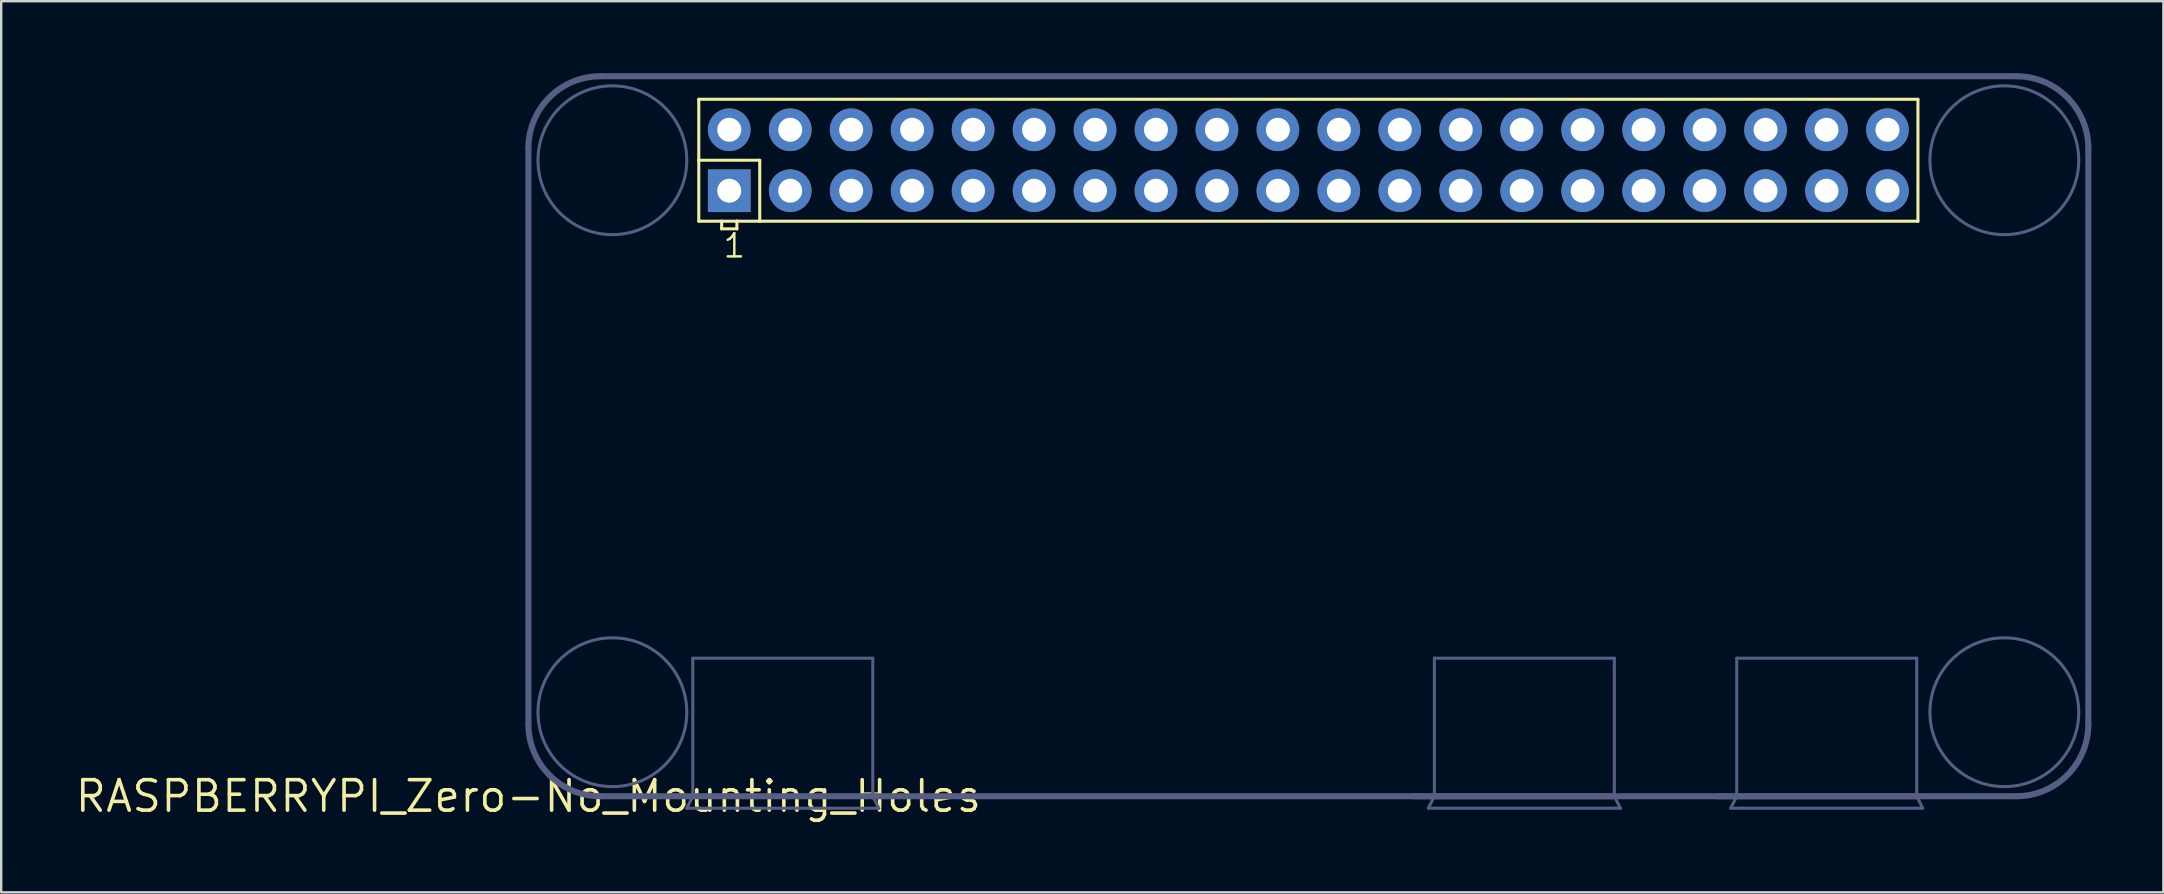
<source format=kicad_pcb>
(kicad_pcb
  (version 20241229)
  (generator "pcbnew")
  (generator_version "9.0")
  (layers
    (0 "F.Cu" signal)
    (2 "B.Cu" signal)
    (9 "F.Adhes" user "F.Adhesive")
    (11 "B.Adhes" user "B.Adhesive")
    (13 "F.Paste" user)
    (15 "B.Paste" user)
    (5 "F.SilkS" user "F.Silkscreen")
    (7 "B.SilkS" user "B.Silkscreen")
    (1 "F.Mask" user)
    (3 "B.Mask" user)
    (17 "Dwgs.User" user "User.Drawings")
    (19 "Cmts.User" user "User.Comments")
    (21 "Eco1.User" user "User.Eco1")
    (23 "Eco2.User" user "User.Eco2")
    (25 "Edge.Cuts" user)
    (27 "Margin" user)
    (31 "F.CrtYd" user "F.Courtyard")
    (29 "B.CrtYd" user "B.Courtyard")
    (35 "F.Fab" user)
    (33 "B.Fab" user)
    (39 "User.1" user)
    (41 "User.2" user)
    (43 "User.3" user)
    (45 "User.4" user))
  (footprint "RASPBERRYPI_Zero-No_Mounting_Holes"
    (layer "F.Cu")
    (at 18.967 30.127)
    (property "Reference" "RASPBERRYPI_Zero-No_Mounting_Holes" (at 0 0 0) (layer "F.SilkS") (effects (font (size 1.27 1.27) (thickness 0.15))))
    (attr through_hole)
    (fp_line (start 7.1 -29.04) (end 7.1 -26.5) (stroke (width 0.127) (type solid)) (layer "F.SilkS"))
    (fp_line (start 7.1 -26.5) (end 7.1 -23.96) (stroke (width 0.127) (type solid)) (layer "F.SilkS"))
    (fp_line (start 7.1 -26.5) (end 9.64 -26.5) (stroke (width 0.127) (type solid)) (layer "F.SilkS"))
    (fp_line (start 7.1 -23.96) (end 8.053 -23.96) (stroke (width 0.127) (type solid)) (layer "F.SilkS"))
    (fp_line (start 8.053 -23.96) (end 8.053 -23.642) (stroke (width 0.127) (type solid)) (layer "F.SilkS"))
    (fp_line (start 8.053 -23.96) (end 8.688 -23.96) (stroke (width 0.127) (type solid)) (layer "F.SilkS"))
    (fp_line (start 8.053 -23.642) (end 8.688 -23.642) (stroke (width 0.127) (type solid)) (layer "F.SilkS"))
    (fp_line (start 8.688 -23.96) (end 9.64 -23.96) (stroke (width 0.127) (type solid)) (layer "F.SilkS"))
    (fp_line (start 8.688 -23.642) (end 8.688 -23.96) (stroke (width 0.127) (type solid)) (layer "F.SilkS"))
    (fp_line (start 9.64 -26.5) (end 9.64 -23.96) (stroke (width 0.127) (type solid)) (layer "F.SilkS"))
    (fp_line (start 9.64 -23.96) (end 57.9 -23.96) (stroke (width 0.127) (type solid)) (layer "F.SilkS"))
    (fp_line (start 57.9 -29.04) (end 7.1 -29.04) (stroke (width 0.127) (type solid)) (layer "F.SilkS"))
    (fp_line (start 57.9 -23.96) (end 57.9 -29.04) (stroke (width 0.127) (type solid)) (layer "F.SilkS"))
    (fp_line (start 0 -27) (end 0 -3) (stroke (width 0.254) (type solid)) (layer "B.Fab"))
    (fp_line (start 3 0) (end 6.85 0) (stroke (width 0.254) (type solid)) (layer "B.Fab"))
    (fp_line (start 6.6 0.5) (end 14.6 0.5) (stroke (width 0.127) (type solid)) (layer "B.Fab"))
    (fp_line (start 6.85 -5.75) (end 14.35 -5.75) (stroke (width 0.127) (type solid)) (layer "B.Fab"))
    (fp_line (start 6.85 0) (end 6.6 0.5) (stroke (width 0.127) (type solid)) (layer "B.Fab"))
    (fp_line (start 6.85 0) (end 6.85 -5.75) (stroke (width 0.127) (type solid)) (layer "B.Fab"))
    (fp_line (start 6.85 0) (end 14.35 0) (stroke (width 0.254) (type solid)) (layer "B.Fab"))
    (fp_line (start 14.35 -5.75) (end 14.35 0) (stroke (width 0.127) (type solid)) (layer "B.Fab"))
    (fp_line (start 14.35 0) (end 62 0) (stroke (width 0.254) (type solid)) (layer "B.Fab"))
    (fp_line (start 14.6 0.5) (end 14.35 0) (stroke (width 0.127) (type solid)) (layer "B.Fab"))
    (fp_line (start 36.9 0) (end 37.75 0) (stroke (width 0.254) (type solid)) (layer "B.Fab"))
    (fp_line (start 37.5 0.5) (end 45.5 0.5) (stroke (width 0.127) (type solid)) (layer "B.Fab"))
    (fp_line (start 37.75 -5.75) (end 45.25 -5.75) (stroke (width 0.127) (type solid)) (layer "B.Fab"))
    (fp_line (start 37.75 0) (end 37.5 0.5) (stroke (width 0.127) (type solid)) (layer "B.Fab"))
    (fp_line (start 37.75 0) (end 37.75 -5.75) (stroke (width 0.127) (type solid)) (layer "B.Fab"))
    (fp_line (start 37.75 0) (end 45.25 0) (stroke (width 0.254) (type solid)) (layer "B.Fab"))
    (fp_line (start 45.25 -5.75) (end 45.25 0) (stroke (width 0.127) (type solid)) (layer "B.Fab"))
    (fp_line (start 45.5 0.5) (end 45.25 0) (stroke (width 0.127) (type solid)) (layer "B.Fab"))
    (fp_line (start 49.5 0) (end 50.35 0) (stroke (width 0.254) (type solid)) (layer "B.Fab"))
    (fp_line (start 50.1 0.5) (end 58.1 0.5) (stroke (width 0.127) (type solid)) (layer "B.Fab"))
    (fp_line (start 50.35 -5.75) (end 57.85 -5.75) (stroke (width 0.127) (type solid)) (layer "B.Fab"))
    (fp_line (start 50.35 0) (end 50.1 0.5) (stroke (width 0.127) (type solid)) (layer "B.Fab"))
    (fp_line (start 50.35 0) (end 50.35 -5.75) (stroke (width 0.127) (type solid)) (layer "B.Fab"))
    (fp_line (start 50.35 0) (end 57.85 0) (stroke (width 0.254) (type solid)) (layer "B.Fab"))
    (fp_line (start 57.85 -5.75) (end 57.85 0) (stroke (width 0.127) (type solid)) (layer "B.Fab"))
    (fp_line (start 58.1 0.5) (end 57.85 0) (stroke (width 0.127) (type solid)) (layer "B.Fab"))
    (fp_line (start 62 -30) (end 3 -30) (stroke (width 0.254) (type solid)) (layer "B.Fab"))
    (fp_line (start 65 -3) (end 65 -27) (stroke (width 0.254) (type solid)) (layer "B.Fab"))
    (fp_arc (start 0 -27) (mid 0.87868 -29.12132) (end 3 -30) (stroke (width 0.254) (type solid)) (layer "B.Fab"))
    (fp_arc (start 3 0) (mid 0.87868 -0.87868) (end 0 -3) (stroke (width 0.254) (type solid)) (layer "B.Fab"))
    (fp_arc (start 62 -30) (mid 64.12132 -29.12132) (end 65 -27) (stroke (width 0.254) (type solid)) (layer "B.Fab"))
    (fp_arc (start 65 -3) (mid 64.12132 -0.87868) (end 62 0) (stroke (width 0.254) (type solid)) (layer "B.Fab"))
    (fp_circle (center 3.5 -26.5) (end 6.6 -26.5) (stroke (width 0.127) (type solid)) (fill no) (layer "B.Fab"))
    (fp_circle (center 3.5 -3.5) (end 6.6 -3.5) (stroke (width 0.127) (type solid)) (fill no) (layer "B.Fab"))
    (fp_circle (center 61.5 -26.5) (end 64.6 -26.5) (stroke (width 0.127) (type solid)) (fill no) (layer "B.Fab"))
    (fp_circle (center 61.5 -3.5) (end 64.6 -3.5) (stroke (width 0.127) (type solid)) (fill no) (layer "B.Fab"))
    (fp_text user "1" (at 8.053 -22.372 0) (layer "F.SilkS") (effects (font (size 0.965 0.965) (thickness 0.102)) (justify left bottom)))
    (pad "1" thru_hole rect (at 8.37 -25.23) (size 1.778 1.778) (drill 1) (layers "*.Cu" "*.Mask"))
    (pad "2" thru_hole circle (at 8.37 -27.77) (size 1.778 1.778) (drill 1) (layers "*.Cu" "*.Mask"))
    (pad "3" thru_hole circle (at 10.91 -25.23) (size 1.778 1.778) (drill 1) (layers "*.Cu" "*.Mask"))
    (pad "4" thru_hole circle (at 10.91 -27.77) (size 1.778 1.778) (drill 1) (layers "*.Cu" "*.Mask"))
    (pad "5" thru_hole circle (at 13.45 -25.23) (size 1.778 1.778) (drill 1) (layers "*.Cu" "*.Mask"))
    (pad "6" thru_hole circle (at 13.45 -27.77) (size 1.778 1.778) (drill 1) (layers "*.Cu" "*.Mask"))
    (pad "7" thru_hole circle (at 15.99 -25.23) (size 1.778 1.778) (drill 1) (layers "*.Cu" "*.Mask"))
    (pad "8" thru_hole circle (at 15.99 -27.77) (size 1.778 1.778) (drill 1) (layers "*.Cu" "*.Mask"))
    (pad "9" thru_hole circle (at 18.53 -25.23) (size 1.778 1.778) (drill 1) (layers "*.Cu" "*.Mask"))
    (pad "10" thru_hole circle (at 18.53 -27.77) (size 1.778 1.778) (drill 1) (layers "*.Cu" "*.Mask"))
    (pad "11" thru_hole circle (at 21.07 -25.23) (size 1.778 1.778) (drill 1) (layers "*.Cu" "*.Mask"))
    (pad "12" thru_hole circle (at 21.07 -27.77) (size 1.778 1.778) (drill 1) (layers "*.Cu" "*.Mask"))
    (pad "13" thru_hole circle (at 23.61 -25.23) (size 1.778 1.778) (drill 1) (layers "*.Cu" "*.Mask"))
    (pad "14" thru_hole circle (at 23.61 -27.77) (size 1.778 1.778) (drill 1) (layers "*.Cu" "*.Mask"))
    (pad "15" thru_hole circle (at 26.15 -25.23) (size 1.778 1.778) (drill 1) (layers "*.Cu" "*.Mask"))
    (pad "16" thru_hole circle (at 26.15 -27.77) (size 1.778 1.778) (drill 1) (layers "*.Cu" "*.Mask"))
    (pad "17" thru_hole circle (at 28.69 -25.23) (size 1.778 1.778) (drill 1) (layers "*.Cu" "*.Mask"))
    (pad "18" thru_hole circle (at 28.69 -27.77) (size 1.778 1.778) (drill 1) (layers "*.Cu" "*.Mask"))
    (pad "19" thru_hole circle (at 31.23 -25.23) (size 1.778 1.778) (drill 1) (layers "*.Cu" "*.Mask"))
    (pad "20" thru_hole circle (at 31.23 -27.77) (size 1.778 1.778) (drill 1) (layers "*.Cu" "*.Mask"))
    (pad "21" thru_hole circle (at 33.77 -25.23) (size 1.778 1.778) (drill 1) (layers "*.Cu" "*.Mask"))
    (pad "22" thru_hole circle (at 33.77 -27.77) (size 1.778 1.778) (drill 1) (layers "*.Cu" "*.Mask"))
    (pad "23" thru_hole circle (at 36.31 -25.23) (size 1.778 1.778) (drill 1) (layers "*.Cu" "*.Mask"))
    (pad "24" thru_hole circle (at 36.31 -27.77) (size 1.778 1.778) (drill 1) (layers "*.Cu" "*.Mask"))
    (pad "25" thru_hole circle (at 38.85 -25.23) (size 1.778 1.778) (drill 1) (layers "*.Cu" "*.Mask"))
    (pad "26" thru_hole circle (at 38.85 -27.77) (size 1.778 1.778) (drill 1) (layers "*.Cu" "*.Mask"))
    (pad "27" thru_hole circle (at 41.39 -25.23) (size 1.778 1.778) (drill 1) (layers "*.Cu" "*.Mask"))
    (pad "28" thru_hole circle (at 41.39 -27.77) (size 1.778 1.778) (drill 1) (layers "*.Cu" "*.Mask"))
    (pad "29" thru_hole circle (at 43.93 -25.23) (size 1.778 1.778) (drill 1) (layers "*.Cu" "*.Mask"))
    (pad "30" thru_hole circle (at 43.93 -27.77) (size 1.778 1.778) (drill 1) (layers "*.Cu" "*.Mask"))
    (pad "31" thru_hole circle (at 46.47 -25.23) (size 1.778 1.778) (drill 1) (layers "*.Cu" "*.Mask"))
    (pad "32" thru_hole circle (at 46.47 -27.77) (size 1.778 1.778) (drill 1) (layers "*.Cu" "*.Mask"))
    (pad "33" thru_hole circle (at 49.01 -25.23) (size 1.778 1.778) (drill 1) (layers "*.Cu" "*.Mask"))
    (pad "34" thru_hole circle (at 49.01 -27.77) (size 1.778 1.778) (drill 1) (layers "*.Cu" "*.Mask"))
    (pad "35" thru_hole circle (at 51.55 -25.23) (size 1.778 1.778) (drill 1) (layers "*.Cu" "*.Mask"))
    (pad "36" thru_hole circle (at 51.55 -27.77) (size 1.778 1.778) (drill 1) (layers "*.Cu" "*.Mask"))
    (pad "37" thru_hole circle (at 54.09 -25.23) (size 1.778 1.778) (drill 1) (layers "*.Cu" "*.Mask"))
    (pad "38" thru_hole circle (at 54.09 -27.77) (size 1.778 1.778) (drill 1) (layers "*.Cu" "*.Mask"))
    (pad "39" thru_hole circle (at 56.63 -25.23) (size 1.778 1.778) (drill 1) (layers "*.Cu" "*.Mask"))
    (pad "40" thru_hole circle (at 56.63 -27.77) (size 1.778 1.778) (drill 1) (layers "*.Cu" "*.Mask")))
  (gr_rect
    (start -3 -3)
    (end 87.094 34.133)
    (stroke (width 0.1) (type default))
    (fill no)
    (layer "Edge.Cuts")))
</source>
